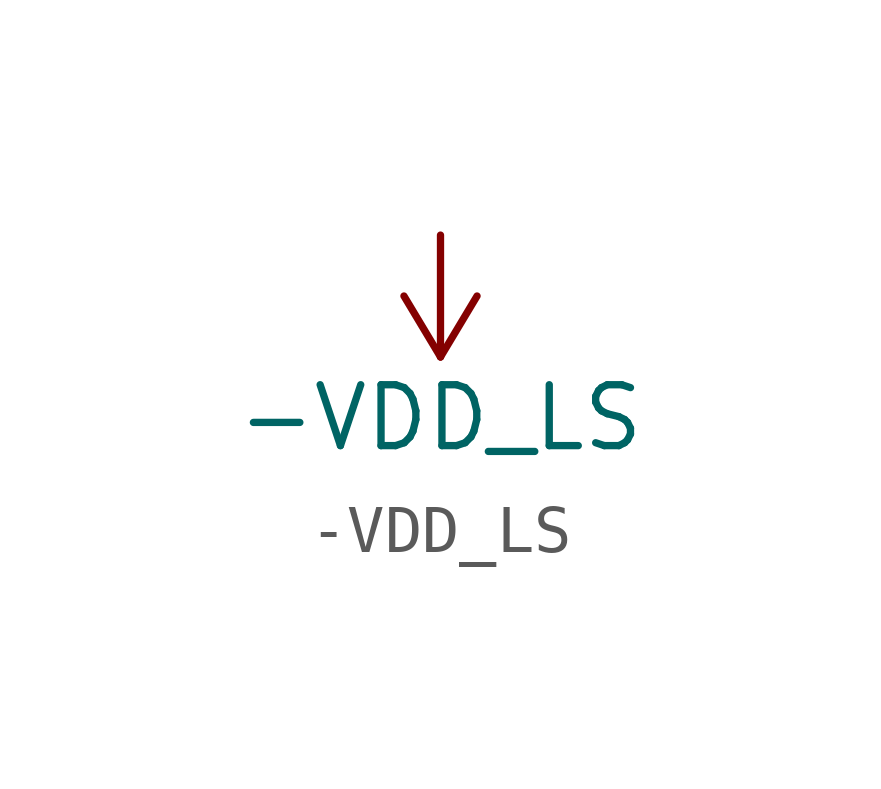
<source format=kicad_sym>
(kicad_symbol_lib
  (version 20220914)
  (generator kicad_symbol_editor)
  (symbol "-VDD_LS"
    (power)
    (pin_numbers hide)
    (pin_names
      (offset 0))
    (property "Reference" "#PWR"
      (at -1.27 0 90)
      (effects (font (size 1.27 1.27)) hide))
    (property "Value" "-VDD_LS"
      (at 0 -3.81 0)
      (effects (font (size 1.27 1.27))))
    (symbol "-VDD_LS_1_1"
      (polyline (pts (xy 0 -2.54) (xy -0.762 -1.27)) (stroke (width 0) (type default)) (fill (type none)))
      (polyline (pts (xy 0 0) (xy 0 -2.54)) (stroke (width 0) (type default)) (fill (type none)))
      (polyline (pts (xy 0.762 -1.27) (xy 0 -2.54)) (stroke (width 0) (type default)) (fill (type none)))
      (pin power_in line (at 0 0 270) (length 0) hide (name "-VDD_LS" (effects (font (size 1.27 1.27)))) (number "1" (effects (font (size 1.27 1.27))))))))
</source>
